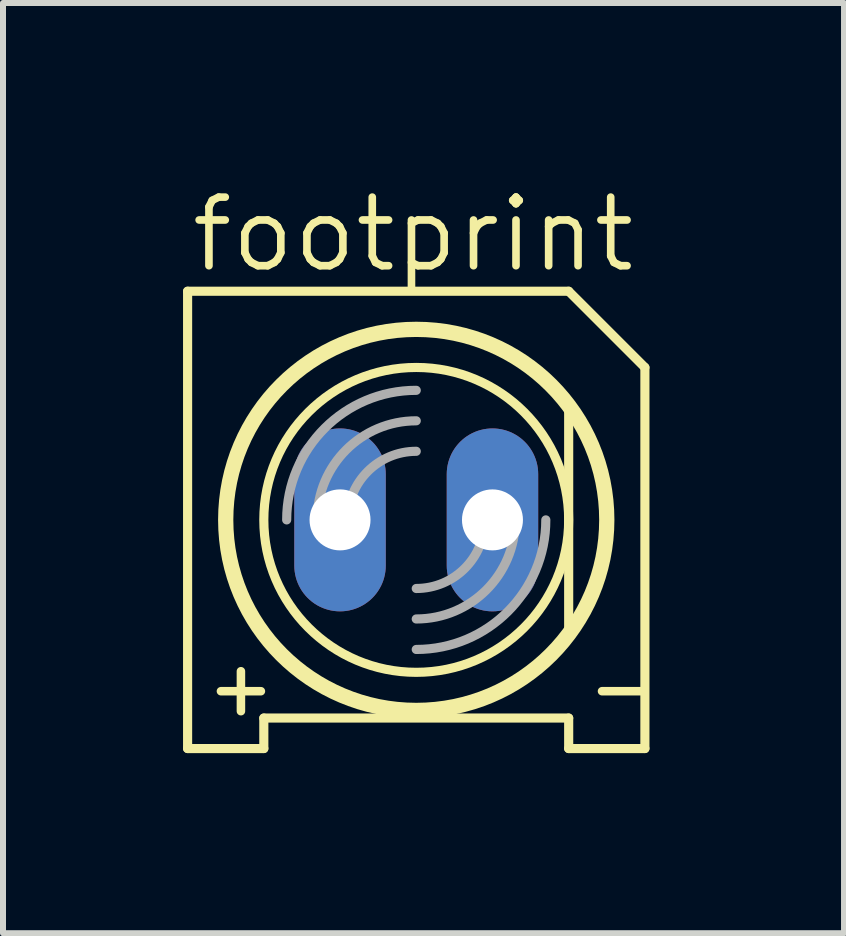
<source format=kicad_pcb>
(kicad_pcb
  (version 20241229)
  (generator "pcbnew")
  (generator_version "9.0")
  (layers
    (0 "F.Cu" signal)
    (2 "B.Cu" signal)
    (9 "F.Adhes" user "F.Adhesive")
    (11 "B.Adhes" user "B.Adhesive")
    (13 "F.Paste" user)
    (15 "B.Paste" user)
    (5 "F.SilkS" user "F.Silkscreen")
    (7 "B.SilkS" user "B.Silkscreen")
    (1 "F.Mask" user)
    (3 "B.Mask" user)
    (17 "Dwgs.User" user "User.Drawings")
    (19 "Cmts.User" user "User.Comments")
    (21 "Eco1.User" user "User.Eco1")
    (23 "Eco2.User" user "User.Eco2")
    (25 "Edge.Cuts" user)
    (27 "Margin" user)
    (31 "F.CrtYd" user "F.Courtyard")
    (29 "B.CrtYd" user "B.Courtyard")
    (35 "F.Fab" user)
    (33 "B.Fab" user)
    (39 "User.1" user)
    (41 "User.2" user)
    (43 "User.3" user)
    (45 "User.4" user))
  (footprint "footprint"
    (layer "F.Cu")
    (at 3.886 5.613)
    (property "Reference" "footprint" (at -3.81 -4.089 0) (layer "F.SilkS") (effects (font (size 1.143 1.143) (thickness 0.127)) (justify left bottom)))
    (fp_line (start -3.81 3.81) (end -3.81 -3.81) (stroke (width 0.152) (type solid)) (layer "F.SilkS"))
    (fp_line (start -3.81 3.81) (end -2.54 3.81) (stroke (width 0.152) (type solid)) (layer "F.SilkS"))
    (fp_line (start -2.54 3.302) (end -2.54 3.81) (stroke (width 0.152) (type solid)) (layer "F.SilkS"))
    (fp_line (start 2.54 -3.81) (end -3.81 -3.81) (stroke (width 0.152) (type solid)) (layer "F.SilkS"))
    (fp_line (start 2.54 -3.81) (end 3.81 -2.54) (stroke (width 0.152) (type solid)) (layer "F.SilkS"))
    (fp_line (start 2.54 1.905) (end 2.54 -1.905) (stroke (width 0.152) (type solid)) (layer "F.SilkS"))
    (fp_line (start 2.54 3.302) (end -2.54 3.302) (stroke (width 0.152) (type solid)) (layer "F.SilkS"))
    (fp_line (start 2.54 3.302) (end 2.54 3.81) (stroke (width 0.152) (type solid)) (layer "F.SilkS"))
    (fp_line (start 3.81 -2.54) (end 3.81 3.81) (stroke (width 0.152) (type solid)) (layer "F.SilkS"))
    (fp_line (start 3.81 3.81) (end 2.54 3.81) (stroke (width 0.152) (type solid)) (layer "F.SilkS"))
    (fp_circle (center 0 0) (end 2.54 0) (stroke (width 0.152) (type solid)) (fill no) (layer "F.SilkS"))
    (fp_circle (center 0 0) (end 3.175 0) (stroke (width 0.254) (type solid)) (fill no) (layer "F.SilkS"))
    (fp_arc (start -2.159 0) (mid -1.526644 -1.526644) (end 0 -2.159) (stroke (width 0.1524) (type solid)) (layer "F.Fab"))
    (fp_arc (start -1.651 0) (mid -1.167433 -1.167433) (end 0 -1.651) (stroke (width 0.1524) (type solid)) (layer "F.Fab"))
    (fp_arc (start -1.143 0) (mid -0.808223 -0.808223) (end 0 -1.143) (stroke (width 0.1524) (type solid)) (layer "F.Fab"))
    (fp_arc (start 1.143 0) (mid 0.808223 0.808223) (end 0 1.143) (stroke (width 0.1524) (type solid)) (layer "F.Fab"))
    (fp_arc (start 1.651 0) (mid 1.167433 1.167433) (end 0 1.651) (stroke (width 0.1524) (type solid)) (layer "F.Fab"))
    (fp_arc (start 2.159 0) (mid 1.526644 1.526644) (end 0 2.159) (stroke (width 0.1524) (type solid)) (layer "F.Fab"))
    (fp_text user "+" (at -3.556 3.302 0) (layer "F.SilkS") (effects (font (size 0.874 0.874) (thickness 0.142)) (justify left bottom)))
    (fp_text user "-" (at 2.794 3.302 0) (layer "F.SilkS") (effects (font (size 0.874 0.874) (thickness 0.142)) (justify left bottom)))
    (pad "A" thru_hole oval (at -1.27 0 90) (size 3.048 1.524) (drill 1.016) (layers "*.Cu" "*.Mask"))
    (pad "K" thru_hole oval (at 1.27 0 90) (size 3.048 1.524) (drill 1.016) (layers "*.Cu" "*.Mask")))
  (gr_rect
    (start -3 -3)
    (end 11.014 12.5)
    (stroke (width 0.1) (type default))
    (fill no)
    (layer "Edge.Cuts")))
</source>
